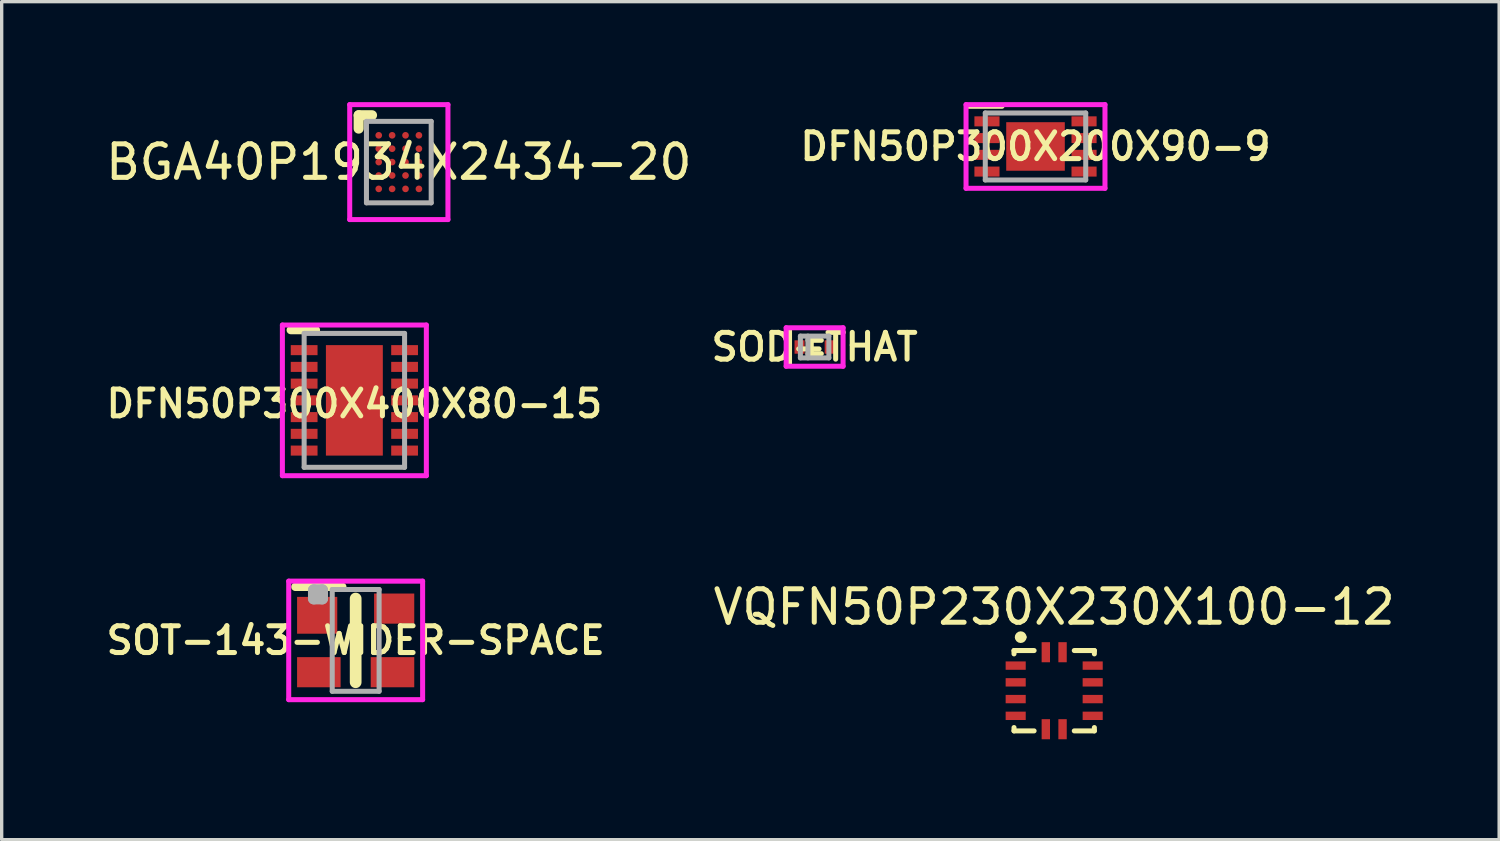
<source format=kicad_pcb>
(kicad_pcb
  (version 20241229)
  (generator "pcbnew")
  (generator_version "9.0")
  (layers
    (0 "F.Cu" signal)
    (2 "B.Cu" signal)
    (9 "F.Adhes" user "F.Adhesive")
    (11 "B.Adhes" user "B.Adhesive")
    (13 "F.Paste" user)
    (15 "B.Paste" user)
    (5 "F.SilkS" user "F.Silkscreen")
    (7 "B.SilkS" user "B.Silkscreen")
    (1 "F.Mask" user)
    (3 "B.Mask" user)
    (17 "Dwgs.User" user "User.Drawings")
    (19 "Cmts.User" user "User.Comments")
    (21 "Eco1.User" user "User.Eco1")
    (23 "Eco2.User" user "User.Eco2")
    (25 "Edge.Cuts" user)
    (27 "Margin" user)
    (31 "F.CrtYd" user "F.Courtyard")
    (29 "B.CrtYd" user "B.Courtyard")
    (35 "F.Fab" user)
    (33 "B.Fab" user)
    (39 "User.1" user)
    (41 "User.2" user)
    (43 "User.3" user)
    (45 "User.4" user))
  (footprint "DFN50P300X200X90-9"
    (layer "F.Cu")
    (at 27.881 1.325)
    (property "Reference" "DFN50P300X200X90-9" (at 0 0 0) (layer "F.SilkS") (effects (font (size 0.8 0.8) (thickness 0.15))))
    (attr through_hole)
    (fp_line (start -2 -1.2) (end -1 -1.2) (stroke (width 0.15) (type solid)) (layer "F.SilkS"))
    (fp_line (start -2.075 -1.25) (end -2.075 1.25) (stroke (width 0.15) (type solid)) (layer "F.CrtYd"))
    (fp_line (start -2.075 1.25) (end 2.075 1.25) (stroke (width 0.15) (type solid)) (layer "F.CrtYd"))
    (fp_line (start 2.075 -1.25) (end -2.075 -1.25) (stroke (width 0.15) (type solid)) (layer "F.CrtYd"))
    (fp_line (start 2.075 1.25) (end 2.075 -1.25) (stroke (width 0.15) (type solid)) (layer "F.CrtYd"))
    (fp_line (start -1.5 -1) (end 1.5 -1) (stroke (width 0.15) (type solid)) (layer "F.Fab"))
    (fp_line (start -1.5 1) (end -1.5 -1) (stroke (width 0.15) (type solid)) (layer "F.Fab"))
    (fp_line (start 1.5 -1) (end 1.5 1) (stroke (width 0.15) (type solid)) (layer "F.Fab"))
    (fp_line (start 1.5 1) (end -1.5 1) (stroke (width 0.15) (type solid)) (layer "F.Fab"))
    (pad "1" smd rect (at -1.45 -0.75 90) (size 0.3 0.75) (layers "F.Cu" "F.Mask" "F.Paste"))
    (pad "2" smd rect (at -1.45 -0.25 90) (size 0.3 0.75) (layers "F.Cu" "F.Mask" "F.Paste"))
    (pad "3" smd rect (at -1.45 0.25 90) (size 0.3 0.75) (layers "F.Cu" "F.Mask" "F.Paste"))
    (pad "4" smd rect (at -1.45 0.75 90) (size 0.3 0.75) (layers "F.Cu" "F.Mask" "F.Paste"))
    (pad "5" smd rect (at 1.45 0.75 90) (size 0.3 0.75) (layers "F.Cu" "F.Mask" "F.Paste"))
    (pad "6" smd rect (at 1.45 0.25 90) (size 0.3 0.75) (layers "F.Cu" "F.Mask" "F.Paste"))
    (pad "7" smd rect (at 1.45 -0.25 90) (size 0.3 0.75) (layers "F.Cu" "F.Mask" "F.Paste"))
    (pad "8" smd rect (at 1.45 -0.75 90) (size 0.3 0.75) (layers "F.Cu" "F.Mask" "F.Paste"))
    (pad "9" smd rect (at 0 0) (size 1.75 1.45) (layers "F.Cu" "F.Mask" "F.Paste")))
  (footprint "DFN50P300X400X80-15"
    (layer "F.Cu")
    (at 7.535 8.909)
    (property "Reference" "DFN50P300X400X80-15" (at 0 0.1 0) (layer "F.SilkS") (effects (font (size 0.8 0.8) (thickness 0.15))))
    (attr through_hole)
    (fp_line (start -1.9 -2.1) (end -1.15 -2.1) (stroke (width 0.25) (type solid)) (layer "F.SilkS"))
    (fp_line (start -2.15 -2.25) (end 2.15 -2.25) (stroke (width 0.15) (type solid)) (layer "F.CrtYd"))
    (fp_line (start -2.15 2.25) (end -2.15 -2.25) (stroke (width 0.15) (type solid)) (layer "F.CrtYd"))
    (fp_line (start 2.15 -2.25) (end 2.15 2.25) (stroke (width 0.15) (type solid)) (layer "F.CrtYd"))
    (fp_line (start 2.15 2.25) (end -2.15 2.25) (stroke (width 0.15) (type solid)) (layer "F.CrtYd"))
    (fp_line (start -1.5 -2) (end 1.5 -2) (stroke (width 0.15) (type solid)) (layer "F.Fab"))
    (fp_line (start -1.5 2) (end -1.5 -2) (stroke (width 0.15) (type solid)) (layer "F.Fab"))
    (fp_line (start 1.5 -2) (end 1.5 2) (stroke (width 0.15) (type solid)) (layer "F.Fab"))
    (fp_line (start 1.5 2) (end -1.5 2) (stroke (width 0.15) (type solid)) (layer "F.Fab"))
    (pad "1" smd rect (at -1.5 -1.5) (size 0.8 0.3) (layers "F.Cu" "F.Mask" "F.Paste"))
    (pad "2" smd rect (at -1.5 -1) (size 0.8 0.3) (layers "F.Cu" "F.Mask" "F.Paste"))
    (pad "3" smd rect (at -1.5 -0.5) (size 0.8 0.3) (layers "F.Cu" "F.Mask" "F.Paste"))
    (pad "4" smd rect (at -1.5 0) (size 0.8 0.3) (layers "F.Cu" "F.Mask" "F.Paste"))
    (pad "5" smd rect (at -1.5 0.5) (size 0.8 0.3) (layers "F.Cu" "F.Mask" "F.Paste"))
    (pad "6" smd rect (at -1.5 1) (size 0.8 0.3) (layers "F.Cu" "F.Mask" "F.Paste"))
    (pad "7" smd rect (at -1.5 1.5) (size 0.8 0.3) (layers "F.Cu" "F.Mask" "F.Paste"))
    (pad "8" smd rect (at 1.5 1.5) (size 0.8 0.3) (layers "F.Cu" "F.Mask" "F.Paste"))
    (pad "9" smd rect (at 1.5 1) (size 0.8 0.3) (layers "F.Cu" "F.Mask" "F.Paste"))
    (pad "10" smd rect (at 1.5 0.5) (size 0.8 0.3) (layers "F.Cu" "F.Mask" "F.Paste"))
    (pad "11" smd rect (at 1.5 0) (size 0.8 0.3) (layers "F.Cu" "F.Mask" "F.Paste"))
    (pad "12" smd rect (at 1.5 -0.5) (size 0.8 0.3) (layers "F.Cu" "F.Mask" "F.Paste"))
    (pad "13" smd rect (at 1.5 -1) (size 0.8 0.3) (layers "F.Cu" "F.Mask" "F.Paste"))
    (pad "14" smd rect (at 1.5 -1.5) (size 0.8 0.3) (layers "F.Cu" "F.Mask" "F.Paste"))
    (pad "15" smd rect (at 0 0) (size 1.7 3.3) (layers "F.Cu" "F.Mask" "F.Paste")))
  (footprint "SOT-143-WIDER-SPACE"
    (layer "F.Cu")
    (at 7.574 16.079)
    (property "Reference" "SOT-143-WIDER-SPACE" (at 0 0 0) (layer "F.SilkS") (effects (font (size 0.8 0.8) (thickness 0.15))))
    (attr smd)
    (fp_line (start -1.8 -1.6) (end -0.4 -1.6) (stroke (width 0.25) (type solid)) (layer "F.SilkS"))
    (fp_line (start 0 -1.25) (end 0 1.25) (stroke (width 0.35) (type solid)) (layer "F.SilkS"))
    (fp_line (start -2 -1.77) (end 2 -1.77) (stroke (width 0.15) (type solid)) (layer "F.CrtYd"))
    (fp_line (start -2 1.77) (end -2 -1.77) (stroke (width 0.15) (type solid)) (layer "F.CrtYd"))
    (fp_line (start 2 -1.77) (end 2 1.77) (stroke (width 0.15) (type solid)) (layer "F.CrtYd"))
    (fp_line (start 2 1.77) (end -2 1.77) (stroke (width 0.15) (type solid)) (layer "F.CrtYd"))
    (fp_line (start -1.25 -1.5) (end -1.25 -1.25) (stroke (width 0.35) (type solid)) (layer "F.Fab"))
    (fp_line (start -1.25 -1.25) (end -1 -1.25) (stroke (width 0.35) (type solid)) (layer "F.Fab"))
    (fp_line (start -1 -1.5) (end -1.25 -1.5) (stroke (width 0.35) (type solid)) (layer "F.Fab"))
    (fp_line (start -1 -1.25) (end -1 -1.5) (stroke (width 0.35) (type solid)) (layer "F.Fab"))
    (fp_line (start -0.7 -1.52) (end 0.7 -1.52) (stroke (width 0.15) (type solid)) (layer "F.Fab"))
    (fp_line (start -0.7 1.52) (end -0.7 -1.52) (stroke (width 0.15) (type solid)) (layer "F.Fab"))
    (fp_line (start 0.7 -1.52) (end 0.7 1.52) (stroke (width 0.15) (type solid)) (layer "F.Fab"))
    (fp_line (start 0.7 1.52) (end -0.7 1.52) (stroke (width 0.15) (type solid)) (layer "F.Fab"))
    (pad "1" smd rect (at -1.15 -0.75 180) (size 1.2 1.1) (layers "F.Cu" "F.Mask" "F.Paste"))
    (pad "2" smd rect (at -1.1 0.95 180) (size 1.3 0.9) (layers "F.Cu" "F.Mask" "F.Paste"))
    (pad "3" smd rect (at 1.1 0.95 180) (size 1.3 0.9) (layers "F.Cu" "F.Mask" "F.Paste"))
    (pad "4" smd rect (at 1.15 -0.95 180) (size 1.2 0.9) (layers "F.Cu" "F.Mask" "F.Paste")))
  (footprint "SOD-THAT"
    (layer "F.Cu")
    (at 21.283 7.315)
    (property "Reference" "SOD-THAT" (at 0 0 0) (layer "F.SilkS") (effects (font (size 0.8 0.8) (thickness 0.15))))
    (attr smd)
    (fp_line (start -0.75 -0.5) (end -0.75 0.5) (stroke (width 0.15) (type solid)) (layer "F.SilkS"))
    (fp_line (start -0.2 -0.2) (end 0.2 -0.2) (stroke (width 0.15) (type solid)) (layer "F.SilkS"))
    (fp_line (start -0.1 -0.2) (end -0.1 0.2) (stroke (width 0.15) (type solid)) (layer "F.SilkS"))
    (fp_line (start 0.2 0.2) (end -0.2 0.2) (stroke (width 0.15) (type solid)) (layer "F.SilkS"))
    (fp_line (start -0.85 -0.575) (end 0.85 -0.575) (stroke (width 0.15) (type solid)) (layer "F.CrtYd"))
    (fp_line (start -0.85 0.575) (end -0.85 -0.575) (stroke (width 0.15) (type solid)) (layer "F.CrtYd"))
    (fp_line (start 0.85 -0.575) (end 0.85 0.575) (stroke (width 0.15) (type solid)) (layer "F.CrtYd"))
    (fp_line (start 0.85 0.575) (end -0.85 0.575) (stroke (width 0.15) (type solid)) (layer "F.CrtYd"))
    (fp_line (start -0.425 -0.325) (end 0.425 -0.325) (stroke (width 0.15) (type solid)) (layer "F.Fab"))
    (fp_line (start -0.425 0.325) (end -0.425 -0.325) (stroke (width 0.15) (type solid)) (layer "F.Fab"))
    (fp_line (start -0.2 -0.325) (end -0.2 0.325) (stroke (width 0.15) (type solid)) (layer "F.Fab"))
    (fp_line (start 0.425 -0.325) (end 0.425 0.325) (stroke (width 0.15) (type solid)) (layer "F.Fab"))
    (fp_line (start 0.425 0.325) (end -0.425 0.325) (stroke (width 0.15) (type solid)) (layer "F.Fab"))
    (pad "1" smd rect (at -0.45 0) (size 0.3 0.4) (layers "F.Cu" "F.Mask" "F.Paste"))
    (pad "2" smd rect (at 0.45 0) (size 0.3 0.4) (layers "F.Cu" "F.Mask" "F.Paste")))
  (footprint "VQFN50P230X230X100-12"
    (layer "F.Cu")
    (at 28.439 17.582)
    (property "Reference" "VQFN50P230X230X100-12" (at 0 -2.5 0) (layer "F.SilkS") (effects (font (size 1 1) (thickness 0.15))))
    (attr through_hole)
    (fp_line (start -1.2 -1.2) (end -1.2 -1.1) (stroke (width 0.15) (type solid)) (layer "F.SilkS"))
    (fp_line (start -1.2 -1.2) (end -0.6 -1.2) (stroke (width 0.15) (type solid)) (layer "F.SilkS"))
    (fp_line (start -1.2 1.2) (end -1.2 1.1) (stroke (width 0.15) (type solid)) (layer "F.SilkS"))
    (fp_line (start -1.2 1.2) (end -0.6 1.2) (stroke (width 0.15) (type solid)) (layer "F.SilkS"))
    (fp_line (start -1.1 -1.6) (end -0.9 -1.6) (stroke (width 0.15) (type solid)) (layer "F.SilkS"))
    (fp_line (start 1.2 -1.2) (end 0.6 -1.2) (stroke (width 0.15) (type solid)) (layer "F.SilkS"))
    (fp_line (start 1.2 -1.2) (end 1.2 -1.1) (stroke (width 0.15) (type solid)) (layer "F.SilkS"))
    (fp_line (start 1.2 1.2) (end 0.6 1.2) (stroke (width 0.15) (type solid)) (layer "F.SilkS"))
    (fp_line (start 1.2 1.2) (end 1.2 1.1) (stroke (width 0.15) (type solid)) (layer "F.SilkS"))
    (fp_circle (center -1 -1.6) (end -1.1 -1.6) (stroke (width 0.15) (type solid)) (fill no) (layer "F.SilkS"))
    (pad "1" smd rect (at -1.15 -0.75) (size 0.6 0.25) (layers "F.Cu" "F.Mask" "F.Paste"))
    (pad "2" smd rect (at -1.15 -0.25) (size 0.6 0.25) (layers "F.Cu" "F.Mask" "F.Paste"))
    (pad "3" smd rect (at -1.15 0.25) (size 0.6 0.25) (layers "F.Cu" "F.Mask" "F.Paste"))
    (pad "4" smd rect (at -1.15 0.75) (size 0.6 0.25) (layers "F.Cu" "F.Mask" "F.Paste"))
    (pad "5" smd rect (at -0.25 1.15 90) (size 0.6 0.25) (layers "F.Cu" "F.Mask" "F.Paste"))
    (pad "6" smd rect (at 0.25 1.15 90) (size 0.6 0.25) (layers "F.Cu" "F.Mask" "F.Paste"))
    (pad "7" smd rect (at 1.15 0.75 180) (size 0.6 0.25) (layers "F.Cu" "F.Mask" "F.Paste"))
    (pad "8" smd rect (at 1.15 0.25) (size 0.6 0.25) (layers "F.Cu" "F.Mask" "F.Paste"))
    (pad "9" smd rect (at 1.15 -0.25) (size 0.6 0.25) (layers "F.Cu" "F.Mask" "F.Paste"))
    (pad "10" smd rect (at 1.15 -0.75) (size 0.6 0.25) (layers "F.Cu" "F.Mask" "F.Paste"))
    (pad "11" smd rect (at 0.25 -1.15 90) (size 0.6 0.25) (layers "F.Cu" "F.Mask" "F.Paste"))
    (pad "12" smd rect (at -0.25 -1.15 90) (size 0.6 0.25) (layers "F.Cu" "F.Mask" "F.Paste")))
  (footprint "BGA40P1934X2434-20"
    (layer "F.Cu")
    (at 8.863 1.792)
    (property "Reference" "BGA40P1934X2434-20" (at 0 0 0) (layer "F.SilkS") (effects (font (size 1 1) (thickness 0.15))))
    (attr smd)
    (fp_line (start -1.2 -1.4) (end -0.8 -1.4) (stroke (width 0.3) (type solid)) (layer "F.SilkS"))
    (fp_line (start -1.2 -1) (end -1.2 -1.4) (stroke (width 0.3) (type solid)) (layer "F.SilkS"))
    (fp_line (start -1.467 -1.717) (end 1.467 -1.717) (stroke (width 0.15) (type solid)) (layer "F.CrtYd"))
    (fp_line (start -1.467 1.717) (end -1.467 -1.717) (stroke (width 0.15) (type solid)) (layer "F.CrtYd"))
    (fp_line (start 1.467 -1.717) (end 1.467 1.717) (stroke (width 0.15) (type solid)) (layer "F.CrtYd"))
    (fp_line (start 1.467 1.717) (end -1.467 1.717) (stroke (width 0.15) (type solid)) (layer "F.CrtYd"))
    (fp_line (start -0.967 -1.217) (end 0.967 -1.217) (stroke (width 0.15) (type solid)) (layer "F.Fab"))
    (fp_line (start -0.967 1.217) (end -0.967 -1.217) (stroke (width 0.15) (type solid)) (layer "F.Fab"))
    (fp_line (start 0.967 -1.217) (end 0.967 1.217) (stroke (width 0.15) (type solid)) (layer "F.Fab"))
    (fp_line (start 0.967 1.217) (end -0.967 1.217) (stroke (width 0.15) (type solid)) (layer "F.Fab"))
    (pad "A1" smd circle (at -0.6 -0.8) (size 0.2 0.2) (layers "F.Cu" "F.Mask" "F.Paste"))
    (pad "A2" smd circle (at -0.2 -0.8) (size 0.2 0.2) (layers "F.Cu" "F.Mask" "F.Paste"))
    (pad "A3" smd circle (at 0.2 -0.8) (size 0.2 0.2) (layers "F.Cu" "F.Mask" "F.Paste"))
    (pad "A4" smd circle (at 0.6 -0.8) (size 0.2 0.2) (layers "F.Cu" "F.Mask" "F.Paste"))
    (pad "B1" smd circle (at -0.6 -0.4) (size 0.2 0.2) (layers "F.Cu" "F.Mask" "F.Paste"))
    (pad "B2" smd circle (at -0.2 -0.4) (size 0.2 0.2) (layers "F.Cu" "F.Mask" "F.Paste"))
    (pad "B3" smd circle (at 0.2 -0.4) (size 0.2 0.2) (layers "F.Cu" "F.Mask" "F.Paste"))
    (pad "B4" smd circle (at 0.6 -0.4) (size 0.2 0.2) (layers "F.Cu" "F.Mask" "F.Paste"))
    (pad "C1" smd circle (at -0.6 0) (size 0.2 0.2) (layers "F.Cu" "F.Mask" "F.Paste"))
    (pad "C2" smd circle (at -0.2 0) (size 0.2 0.2) (layers "F.Cu" "F.Mask" "F.Paste"))
    (pad "C3" smd circle (at 0.2 0) (size 0.2 0.2) (layers "F.Cu" "F.Mask" "F.Paste"))
    (pad "C4" smd circle (at 0.6 0) (size 0.2 0.2) (layers "F.Cu" "F.Mask" "F.Paste"))
    (pad "D1" smd circle (at -0.6 0.4) (size 0.2 0.2) (layers "F.Cu" "F.Mask" "F.Paste"))
    (pad "D2" smd circle (at -0.2 0.4) (size 0.2 0.2) (layers "F.Cu" "F.Mask" "F.Paste"))
    (pad "D3" smd circle (at 0.2 0.4) (size 0.2 0.2) (layers "F.Cu" "F.Mask" "F.Paste"))
    (pad "D4" smd circle (at 0.6 0.4) (size 0.2 0.2) (layers "F.Cu" "F.Mask" "F.Paste"))
    (pad "E1" smd circle (at -0.6 0.8) (size 0.2 0.2) (layers "F.Cu" "F.Mask" "F.Paste"))
    (pad "E2" smd circle (at -0.2 0.8) (size 0.2 0.2) (layers "F.Cu" "F.Mask" "F.Paste"))
    (pad "E3" smd circle (at 0.2 0.8) (size 0.2 0.2) (layers "F.Cu" "F.Mask" "F.Paste"))
    (pad "E4" smd circle (at 0.6 0.8) (size 0.2 0.2) (layers "F.Cu" "F.Mask" "F.Paste")))
  (gr_rect
    (start -3 -3)
    (end 41.73 22.032)
    (stroke (width 0.1) (type default))
    (fill no)
    (layer "Edge.Cuts")))
</source>
